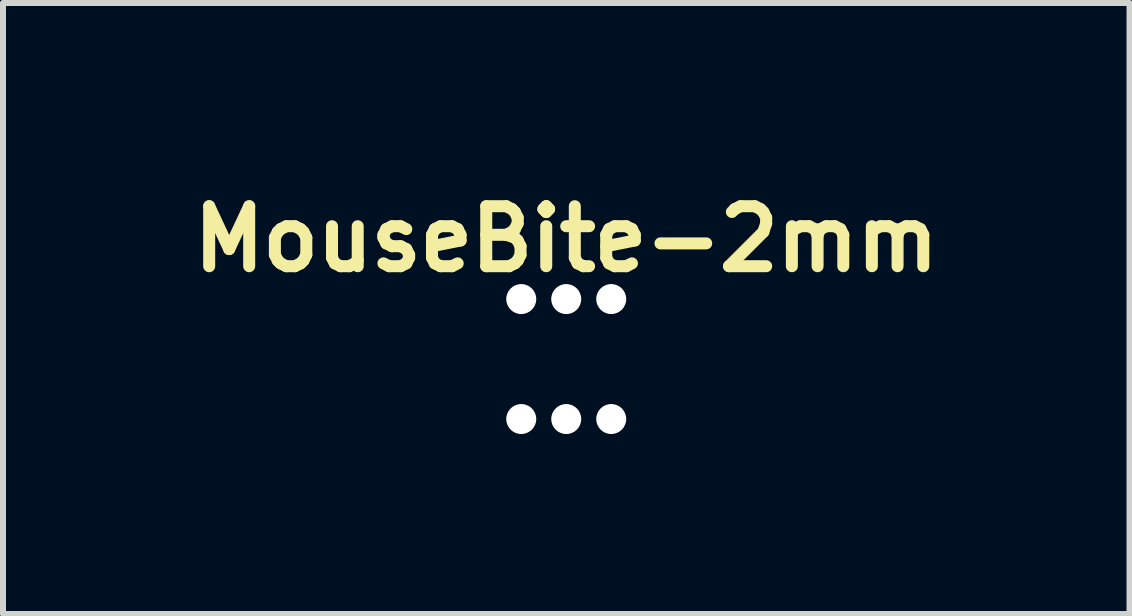
<source format=kicad_pcb>
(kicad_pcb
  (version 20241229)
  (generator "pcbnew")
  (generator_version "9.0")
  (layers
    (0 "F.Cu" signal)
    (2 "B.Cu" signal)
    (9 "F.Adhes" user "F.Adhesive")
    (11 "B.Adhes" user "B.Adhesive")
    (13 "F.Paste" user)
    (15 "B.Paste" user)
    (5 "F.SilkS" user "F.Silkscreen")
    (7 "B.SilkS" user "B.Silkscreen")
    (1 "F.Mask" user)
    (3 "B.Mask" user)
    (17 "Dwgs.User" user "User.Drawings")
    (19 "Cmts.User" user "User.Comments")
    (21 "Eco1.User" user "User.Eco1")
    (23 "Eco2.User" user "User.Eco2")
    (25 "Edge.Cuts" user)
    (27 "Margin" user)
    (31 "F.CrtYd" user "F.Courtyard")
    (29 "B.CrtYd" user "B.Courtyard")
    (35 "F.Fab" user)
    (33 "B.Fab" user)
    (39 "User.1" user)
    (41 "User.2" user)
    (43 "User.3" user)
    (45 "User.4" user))
  (footprint "MouseBite-2mm"
    (layer "F.Cu")
    (at 6.39 2.936)
    (property "Reference" "MouseBite-2mm" (at 0 -2 0) (layer "F.SilkS") (effects (font (size 1 1) (thickness 0.2))))
    (attr through_hole)
    (pad "" np_thru_hole circle (at -0.75 -1) (size 0.5 0.5) (drill 0.5) (layers "*.Cu" "*.Mask"))
    (pad "" np_thru_hole circle (at -0.75 1) (size 0.5 0.5) (drill 0.5) (layers "*.Cu" "*.Mask"))
    (pad "" np_thru_hole circle (at 0 -1) (size 0.5 0.5) (drill 0.5) (layers "*.Cu" "*.Mask"))
    (pad "" np_thru_hole circle (at 0 1) (size 0.5 0.5) (drill 0.5) (layers "*.Cu" "*.Mask"))
    (pad "" np_thru_hole circle (at 0.75 -1) (size 0.5 0.5) (drill 0.5) (layers "*.Cu" "*.Mask"))
    (pad "" np_thru_hole circle (at 0.75 1) (size 0.5 0.5) (drill 0.5) (layers "*.Cu" "*.Mask")))
  (gr_rect
    (start -3 -3)
    (end 15.781 7.186)
    (stroke (width 0.1) (type default))
    (fill no)
    (layer "Edge.Cuts")))
</source>
